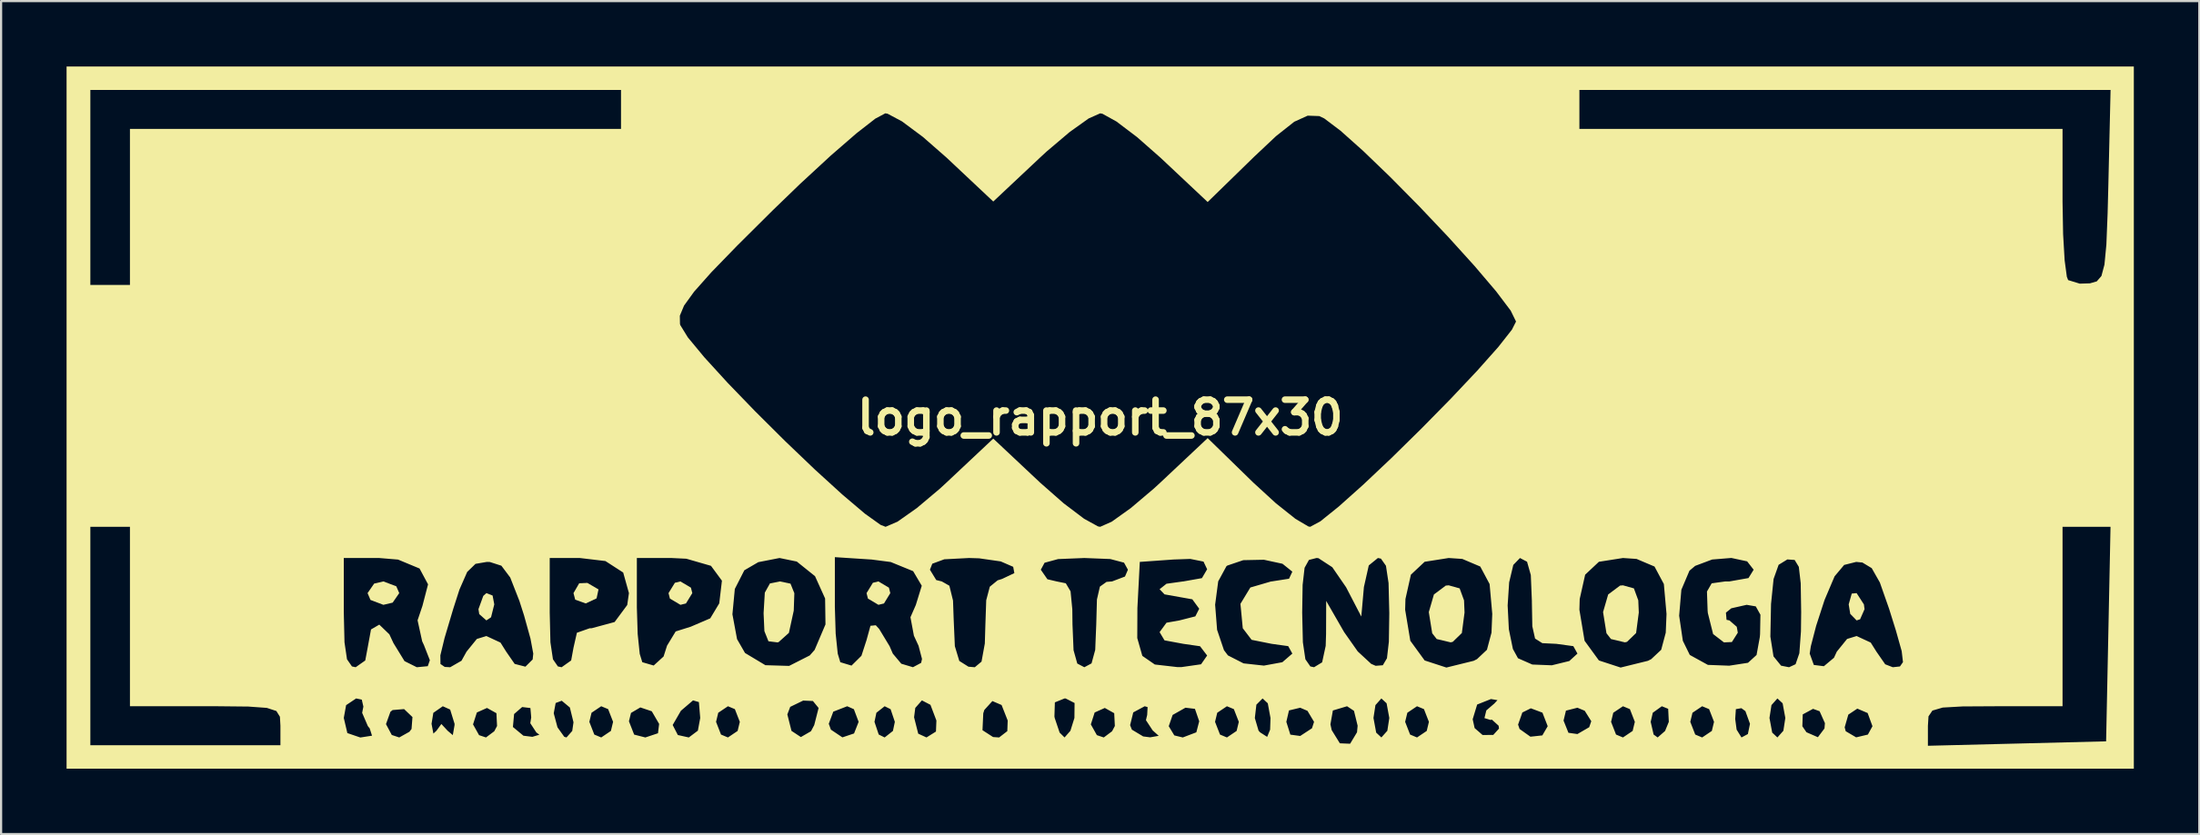
<source format=kicad_pcb>
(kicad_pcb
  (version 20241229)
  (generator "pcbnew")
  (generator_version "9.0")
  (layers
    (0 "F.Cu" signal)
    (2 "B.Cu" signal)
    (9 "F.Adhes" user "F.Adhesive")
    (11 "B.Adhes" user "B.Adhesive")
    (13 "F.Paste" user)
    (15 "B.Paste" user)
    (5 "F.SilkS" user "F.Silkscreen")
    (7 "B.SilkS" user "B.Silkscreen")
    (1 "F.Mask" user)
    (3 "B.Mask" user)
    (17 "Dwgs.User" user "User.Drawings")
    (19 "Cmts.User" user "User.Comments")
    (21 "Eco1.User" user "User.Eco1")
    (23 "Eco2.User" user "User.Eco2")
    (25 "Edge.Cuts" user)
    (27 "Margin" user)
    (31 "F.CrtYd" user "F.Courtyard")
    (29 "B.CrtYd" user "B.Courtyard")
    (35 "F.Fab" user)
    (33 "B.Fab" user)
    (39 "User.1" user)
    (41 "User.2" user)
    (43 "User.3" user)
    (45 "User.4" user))
  (footprint "logo_rapport_87x30"
    (layer "F.Cu")
    (at 47.353 16.099)
    (property "Reference" "logo_rapport_87x30" (at 0 0 0) (layer "F.SilkS") (effects (font (size 1.5 1.5) (thickness 0.3))))
    (attr board_only exclude_from_pos_files exclude_from_bom)
    (fp_poly (pts (xy -22.984 7.879) (xy -23.072 8.289) (xy -23.567 8.523) (xy -24.051 8.35) (xy -24.13 8.049) (xy -23.869 7.598) (xy -23.495 7.581)) (stroke (width 0) (type solid)) (fill yes) (layer "F.SilkS"))
    (fp_poly (pts (xy -32.248 7.736) (xy -32.113 8.049) (xy -32.415 8.486) (xy -32.839 8.586) (xy -33.43 8.362) (xy -33.564 8.049) (xy -33.262 7.612) (xy -32.839 7.513)) (stroke (width 0) (type solid)) (fill yes) (layer "F.SilkS"))
    (fp_poly (pts (xy -27.836 8.159) (xy -27.759 8.565) (xy -27.907 9.157) (xy -28.121 9.301) (xy -28.447 9.013) (xy -28.484 8.786) (xy -28.263 8.177) (xy -28.121 8.049)) (stroke (width 0) (type solid)) (fill yes) (layer "F.SilkS"))
    (fp_poly (pts (xy -18.75 7.799) (xy -18.687 8.049) (xy -18.978 8.524) (xy -19.231 8.586) (xy -19.712 8.3) (xy -19.776 8.049) (xy -19.485 7.575) (xy -19.231 7.513)) (stroke (width 0) (type solid)) (fill yes) (layer "F.SilkS"))
    (fp_poly (pts (xy -9.679 7.799) (xy -9.616 8.049) (xy -9.906 8.524) (xy -10.16 8.586) (xy -10.641 8.3) (xy -10.704 8.049) (xy -10.414 7.575) (xy -10.16 7.513)) (stroke (width 0) (type solid)) (fill yes) (layer "F.SilkS"))
    (fp_poly (pts (xy 34.987 8.567) (xy 35.016 8.786) (xy 34.813 9.248) (xy 34.653 9.301) (xy 34.361 9.001) (xy 34.29 8.565) (xy 34.43 8.07) (xy 34.653 8.049)) (stroke (width 0) (type solid)) (fill yes) (layer "F.SilkS"))
    (fp_poly (pts (xy -14.188 7.615) (xy -14.012 8.053) (xy -14.039 8.851) (xy -14.261 9.871) (xy -14.735 10.297) (xy -14.786 10.308) (xy -15.198 10.258) (xy -15.384 9.794) (xy -15.421 8.97) (xy -15.365 8.026) (xy -15.13 7.604) (xy -14.674 7.513)) (stroke (width 0) (type solid)) (fill yes) (layer "F.SilkS"))
    (fp_poly (pts (xy 16.467 7.832) (xy 16.668 8.381) (xy 16.691 8.939) (xy 16.568 9.879) (xy 16.152 10.283) (xy 16.055 10.307) (xy 15.416 10.155) (xy 15.21 9.89) (xy 15.054 8.919) (xy 15.288 8.111) (xy 15.832 7.704) (xy 15.966 7.692)) (stroke (width 0) (type solid)) (fill yes) (layer "F.SilkS"))
    (fp_poly (pts (xy 24.45 7.832) (xy 24.651 8.381) (xy 24.674 8.939) (xy 24.551 9.879) (xy 24.135 10.283) (xy 24.038 10.307) (xy 23.399 10.155) (xy 23.193 9.89) (xy 23.037 8.919) (xy 23.271 8.111) (xy 23.815 7.704) (xy 23.949 7.692)) (stroke (width 0) (type solid)) (fill yes) (layer "F.SilkS"))
    (fp_poly (pts (xy 47.353 -0.000001) (xy 47.353 16.099) (xy 0 16.099) (xy -47.353 16.099) (xy -47.353 10.017) (xy -46.264 10.017) (xy -46.264 15.025) (xy -41.91 15.025) (xy -37.556 15.025) (xy -37.556 14.131) (xy -37.576 13.773) (xy -34.653 13.773) (xy -34.49 14.467) (xy -33.904 14.667) (xy -33.883 14.668) (xy -33.36 14.587) (xy -33.466 14.252) (xy -33.551 14.147) (xy -33.59 14.056) (xy -32.72 14.056) (xy -32.455 14.554) (xy -32.113 14.668) (xy -31.647 14.407) (xy -31.549 14.279) (xy -31.531 14.042) (xy -30.633 14.042) (xy -30.548 14.49) (xy -30.407 14.359) (xy -30.183 14.05) (xy -29.897 14.359) (xy -29.659 14.561) (xy -29.579 14.102) (xy -29.579 14.069) (xy -28.732 14.069) (xy -28.456 14.562) (xy -28.139 14.668) (xy -27.76 14.384) (xy -27.656 14.188) (xy -26.905 14.188) (xy -26.423 14.588) (xy -26.014 14.639) (xy -25.693 14.543) (xy -25.833 14.437) (xy -26.109 14.014) (xy -26.067 13.75) (xy -26.083 13.559) (xy -25.035 13.559) (xy -24.863 14.204) (xy -24.553 14.637) (xy -24.451 14.668) (xy -24.187 14.369) (xy -24.13 13.973) (xy -24.135 13.952) (xy -23.404 13.952) (xy -23.177 14.535) (xy -22.86 14.668) (xy -22.417 14.369) (xy -22.316 13.952) (xy -22.326 13.926) (xy -21.59 13.926) (xy -21.351 14.537) (xy -20.838 14.668) (xy -20.259 14.475) (xy -20.213 14.097) (xy -19.586 14.097) (xy -19.35 14.556) (xy -18.847 14.668) (xy -18.432 14.356) (xy -18.357 13.952) (xy -17.599 13.952) (xy -17.372 14.535) (xy -17.054 14.668) (xy -16.611 14.369) (xy -16.51 13.952) (xy -16.643 13.611) (xy -14.333 13.611) (xy -14.143 14.366) (xy -13.713 14.65) (xy -13.25 14.382) (xy -13.102 14.102) (xy -13.086 14.041) (xy -12.435 14.041) (xy -12.337 14.31) (xy -11.811 14.664) (xy -11.277 14.485) (xy -11.067 13.952) (xy -10.341 13.952) (xy -10.147 14.533) (xy -9.875 14.668) (xy -9.496 14.369) (xy -9.408 13.952) (xy -9.478 13.743) (xy -8.527 13.743) (xy -8.337 14.494) (xy -7.958 14.668) (xy -7.525 14.397) (xy -7.522 14.335) (xy -5.393 14.335) (xy -4.908 14.649) (xy -4.631 14.668) (xy -4.256 14.378) (xy -4.238 13.891) (xy -4.312 13.703) (xy -2.097 13.703) (xy -2.085 13.773) (xy -1.859 14.445) (xy -1.633 14.668) (xy -1.365 14.362) (xy -1.273 14.069) (xy -0.429 14.069) (xy -0.153 14.562) (xy 0.164 14.668) (xy 0.543 14.384) (xy 0.671 14.142) (xy 0.669 14.104) (xy 1.37 14.104) (xy 1.451 14.31) (xy 1.969 14.621) (xy 2.289 14.662) (xy 2.68 14.593) (xy 2.403 14.344) (xy 2.277 14.152) (xy 3.14 14.152) (xy 3.395 14.574) (xy 3.783 14.668) (xy 4.404 14.432) (xy 4.529 13.952) (xy 5.261 13.952) (xy 5.488 14.535) (xy 5.806 14.668) (xy 6.249 14.369) (xy 6.35 13.952) (xy 6.282 13.777) (xy 7.084 13.777) (xy 7.253 14.352) (xy 7.318 14.429) (xy 7.649 14.641) (xy 7.784 14.311) (xy 7.796 13.952) (xy 8.527 13.952) (xy 8.711 14.539) (xy 9.162 14.6) (xy 9.702 14.247) (xy 9.76 14.066) (xy 10.547 14.066) (xy 10.605 14.331) (xy 10.979 14.936) (xy 11.449 14.956) (xy 11.765 14.431) (xy 11.793 14.131) (xy 11.706 13.773) (xy 12.519 13.773) (xy 12.643 14.446) (xy 12.881 14.668) (xy 13.154 14.361) (xy 13.217 13.952) (xy 13.97 13.952) (xy 14.197 14.535) (xy 14.514 14.668) (xy 14.958 14.369) (xy 15.059 13.952) (xy 15.012 13.833) (xy 17.064 13.833) (xy 17.153 14.238) (xy 17.517 14.555) (xy 18.007 14.552) (xy 18.269 14.262) (xy 18.253 14.131) (xy 18.195 14.078) (xy 19.144 14.078) (xy 19.212 14.279) (xy 19.71 14.633) (xy 20.255 14.574) (xy 20.501 14.152) (xy 20.401 13.894) (xy 21.227 13.894) (xy 21.451 14.454) (xy 21.862 14.512) (xy 22.402 14.198) (xy 22.487 13.952) (xy 23.404 13.952) (xy 23.631 14.535) (xy 23.949 14.668) (xy 24.392 14.369) (xy 24.493 13.952) (xy 25.219 13.952) (xy 25.353 14.534) (xy 25.539 14.668) (xy 25.878 14.37) (xy 26.049 13.952) (xy 27.033 13.952) (xy 27.26 14.535) (xy 27.577 14.668) (xy 28.02 14.369) (xy 28.121 13.952) (xy 28.071 13.822) (xy 29.091 13.822) (xy 29.156 14.31) (xy 29.379 14.668) (xy 29.671 14.512) (xy 29.768 14.042) (xy 29.671 13.773) (xy 30.661 13.773) (xy 30.786 14.446) (xy 31.024 14.668) (xy 31.297 14.361) (xy 31.329 14.155) (xy 32.167 14.155) (xy 32.355 14.429) (xy 32.879 14.657) (xy 33.18 14.256) (xy 33.185 14.203) (xy 34.106 14.203) (xy 34.154 14.382) (xy 34.632 14.663) (xy 35.169 14.536) (xy 35.379 14.152) (xy 35.374 14.139) (xy 37.919 14.139) (xy 37.919 14.143) (xy 37.919 15.049) (xy 42.001 14.948) (xy 46.083 14.846) (xy 46.184 9.927) (xy 46.285 5.008) (xy 45.186 5.008) (xy 44.087 5.008) (xy 44.087 9.123) (xy 44.087 13.237) (xy 41.003 13.237) (xy 39.509 13.245) (xy 38.598 13.297) (xy 38.125 13.435) (xy 37.946 13.701) (xy 37.919 14.139) (xy 35.374 14.139) (xy 35.158 13.548) (xy 34.685 13.346) (xy 34.273 13.621) (xy 34.106 14.203) (xy 33.185 14.203) (xy 33.201 14.012) (xy 32.957 13.465) (xy 32.657 13.356) (xy 32.185 13.611) (xy 32.167 14.155) (xy 31.329 14.155) (xy 31.387 13.773) (xy 31.263 13.101) (xy 31.024 12.879) (xy 30.752 13.185) (xy 30.661 13.773) (xy 29.671 13.773) (xy 29.558 13.461) (xy 29.375 13.326) (xy 29.121 13.37) (xy 29.091 13.822) (xy 28.071 13.822) (xy 27.895 13.369) (xy 27.577 13.237) (xy 27.134 13.535) (xy 27.033 13.952) (xy 26.049 13.952) (xy 26.02 13.354) (xy 25.729 13.237) (xy 25.315 13.535) (xy 25.219 13.952) (xy 24.493 13.952) (xy 24.266 13.369) (xy 23.949 13.237) (xy 23.505 13.535) (xy 23.404 13.952) (xy 22.487 13.952) (xy 22.497 13.923) (xy 22.196 13.443) (xy 21.862 13.305) (xy 21.337 13.438) (xy 21.227 13.894) (xy 20.401 13.894) (xy 20.26 13.531) (xy 19.728 13.331) (xy 19.34 13.523) (xy 19.144 14.078) (xy 18.195 14.078) (xy 17.946 13.852) (xy 17.871 13.863) (xy 17.603 13.78) (xy 17.689 13.428) (xy 18.052 13.116) (xy 18.2 12.957) (xy 17.901 12.907) (xy 17.269 13.158) (xy 17.064 13.833) (xy 15.012 13.833) (xy 14.832 13.369) (xy 14.514 13.237) (xy 14.071 13.535) (xy 13.97 13.952) (xy 13.217 13.952) (xy 13.244 13.773) (xy 13.12 13.101) (xy 12.881 12.879) (xy 12.609 13.185) (xy 12.519 13.773) (xy 11.706 13.773) (xy 11.626 13.447) (xy 11.309 13.237) (xy 10.659 13.431) (xy 10.547 14.066) (xy 9.76 14.066) (xy 9.797 13.952) (xy 9.495 13.447) (xy 9.162 13.305) (xy 8.648 13.429) (xy 8.527 13.952) (xy 7.796 13.952) (xy 7.801 13.773) (xy 7.677 13.101) (xy 7.439 12.879) (xy 7.155 13.164) (xy 7.084 13.777) (xy 6.282 13.777) (xy 6.123 13.369) (xy 5.806 13.237) (xy 5.362 13.535) (xy 5.261 13.952) (xy 4.529 13.952) (xy 4.536 13.926) (xy 4.34 13.356) (xy 3.905 13.304) (xy 3.318 13.636) (xy 3.14 14.152) (xy 2.277 14.152) (xy 2.095 13.875) (xy 2.152 13.634) (xy 2.171 13.276) (xy 2.039 13.237) (xy 1.514 13.519) (xy 1.37 14.104) (xy 0.669 14.104) (xy 0.642 13.556) (xy 0.211 13.315) (xy -0.254 13.523) (xy -0.429 14.069) (xy -1.273 14.069) (xy -1.181 13.773) (xy -1.174 13.088) (xy -1.584 12.88) (xy -1.633 12.879) (xy -2.077 13.059) (xy -2.097 13.703) (xy -4.312 13.703) (xy -4.518 13.18) (xy -4.939 12.999) (xy -5.308 13.406) (xy -5.357 13.559) (xy -5.393 14.335) (xy -7.522 14.335) (xy -7.504 13.891) (xy -7.777 13.171) (xy -8.168 12.968) (xy -8.472 13.313) (xy -8.527 13.743) (xy -9.478 13.743) (xy -9.603 13.372) (xy -9.875 13.237) (xy -10.253 13.535) (xy -10.341 13.952) (xy -11.067 13.952) (xy -11.285 13.372) (xy -11.59 13.237) (xy -12.228 13.485) (xy -12.435 14.041) (xy -13.086 14.041) (xy -12.901 13.316) (xy -13.162 12.996) (xy -13.607 12.977) (xy -14.201 13.265) (xy -14.333 13.611) (xy -16.643 13.611) (xy -16.737 13.369) (xy -17.054 13.237) (xy -17.498 13.535) (xy -17.599 13.952) (xy -18.357 13.952) (xy -18.324 13.773) (xy -18.385 13.046) (xy -18.653 12.968) (xy -19.209 13.444) (xy -19.586 14.097) (xy -20.213 14.097) (xy -20.207 14.046) (xy -20.544 13.467) (xy -21.067 13.291) (xy -21.495 13.543) (xy -21.59 13.926) (xy -22.326 13.926) (xy -22.543 13.369) (xy -22.86 13.237) (xy -23.303 13.535) (xy -23.404 13.952) (xy -24.135 13.952) (xy -24.296 13.295) (xy -24.668 12.984) (xy -24.947 13.088) (xy -25.035 13.559) (xy -26.083 13.559) (xy -26.104 13.319) (xy -26.482 13.273) (xy -26.851 13.594) (xy -26.905 14.188) (xy -27.656 14.188) (xy -27.632 14.142) (xy -27.66 13.556) (xy -28.092 13.315) (xy -28.557 13.523) (xy -28.732 14.069) (xy -29.579 14.069) (xy -29.578 14.042) (xy -29.78 13.389) (xy -30.117 13.237) (xy -30.551 13.539) (xy -30.633 14.042) (xy -31.531 14.042) (xy -31.507 13.733) (xy -31.891 13.367) (xy -32.417 13.411) (xy -32.517 13.492) (xy -32.72 14.056) (xy -33.59 14.056) (xy -33.812 13.539) (xy -33.756 13.252) (xy -33.829 12.933) (xy -34.087 12.879) (xy -34.547 13.187) (xy -34.653 13.773) (xy -37.576 13.773) (xy -37.58 13.717) (xy -37.742 13.455) (xy -38.179 13.312) (xy -39.026 13.251) (xy -40.42 13.237) (xy -41.003 13.237) (xy -44.45 13.237) (xy -44.45 9.123) (xy -44.45 8.944) (xy -34.653 8.944) (xy -34.621 10.304) (xy -34.506 11.083) (xy -34.279 11.411) (xy -34.109 11.448) (xy -33.67 11.138) (xy -33.564 10.575) (xy -33.406 9.715) (xy -33.027 9.494) (xy -32.565 9.939) (xy -32.377 10.342) (xy -31.871 11.167) (xy -31.308 11.448) (xy -30.806 11.4) (xy -30.71 11.126) (xy -30.797 10.904) (xy -30.229 10.904) (xy -30.224 11.3) (xy -30.028 11.434) (xy -29.779 11.448) (xy -29.261 11.15) (xy -29.029 10.732) (xy -28.558 10.151) (xy -28.121 10.017) (xy -27.475 10.317) (xy -27.214 10.732) (xy -26.825 11.295) (xy -26.332 11.422) (xy -26.001 11.092) (xy -25.973 10.822) (xy -26.101 10.133) (xy -26.396 9.069) (xy -26.436 8.944) (xy -25.219 8.944) (xy -25.187 10.304) (xy -25.071 11.083) (xy -24.845 11.411) (xy -24.674 11.448) (xy -24.237 11.137) (xy -24.13 10.554) (xy -23.974 9.867) (xy -23.389 9.661) (xy -23.295 9.659) (xy -22.246 9.375) (xy -21.75 8.705) (xy -21.227 8.705) (xy -21.19 9.921) (xy -21.095 10.835) (xy -20.978 11.217) (xy -20.456 11.369) (xy -20.003 10.955) (xy -19.844 10.458) (xy -19.448 9.806) (xy -18.762 9.591) (xy -17.865 9.206) (xy -17.753 9.02) (xy -16.849 9.02) (xy -16.637 10.159) (xy -16.272 10.794) (xy -15.339 11.354) (xy -14.252 11.387) (xy -13.305 10.906) (xy -13.083 10.653) (xy -12.586 9.484) (xy -12.597 8.686) (xy -12.156 8.686) (xy -12.119 9.907) (xy -12.024 10.826) (xy -11.906 11.217) (xy -11.393 11.373) (xy -10.939 10.923) (xy -10.704 10.2) (xy -10.525 9.547) (xy -10.281 9.523) (xy -10.126 9.693) (xy -9.647 10.485) (xy -9.502 10.822) (xy -9.112 11.287) (xy -8.578 11.447) (xy -8.203 11.247) (xy -8.164 11.067) (xy -8.323 10.461) (xy -8.535 10.002) (xy -8.693 9.155) (xy -8.447 8.593) (xy -8.175 7.711) (xy -8.57 7.042) (xy -8.732 6.976) (xy -7.801 6.976) (xy -7.511 7.45) (xy -7.257 7.513) (xy -6.91 7.71) (xy -6.743 8.389) (xy -6.713 9.242) (xy -6.659 10.482) (xy -6.455 11.159) (xy -6.034 11.424) (xy -5.745 11.448) (xy -5.437 11.19) (xy -5.286 10.36) (xy -5.261 9.522) (xy -5.222 8.377) (xy -5.058 7.755) (xy -4.7 7.463) (xy -4.499 7.4) (xy -3.933 7.132) (xy -3.962 6.976) (xy -2.721 6.976) (xy -2.419 7.413) (xy -1.996 7.513) (xy -1.576 7.598) (xy -1.358 7.967) (xy -1.278 8.79) (xy -1.27 9.48) (xy -1.221 10.667) (xy -1.05 11.278) (xy -0.726 11.448) (xy -0.397 11.271) (xy -0.228 10.651) (xy -0.207 10.11) (xy 1.698 10.11) (xy 1.93 10.927) (xy 2.503 11.323) (xy 3.525 11.44) (xy 3.719 11.442) (xy 4.62 11.313) (xy 4.899 10.911) (xy 4.574 10.485) (xy 3.81 10.375) (xy 2.946 10.215) (xy 2.721 9.838) (xy 3.037 9.406) (xy 3.629 9.301) (xy 4.358 9.115) (xy 4.536 8.765) (xy 4.401 8.581) (xy 5.265 8.581) (xy 5.355 9.732) (xy 5.67 10.665) (xy 5.851 10.905) (xy 6.567 11.271) (xy 7.499 11.373) (xy 8.344 11.218) (xy 8.802 10.822) (xy 8.613 10.48) (xy 7.856 10.375) (xy 6.936 10.191) (xy 6.531 9.659) (xy 6.463 8.944) (xy 9.253 8.944) (xy 9.285 10.304) (xy 9.4 11.083) (xy 9.627 11.411) (xy 9.797 11.448) (xy 10.167 11.223) (xy 10.33 10.468) (xy 10.347 9.927) (xy 10.353 8.407) (xy 11.174 9.835) (xy 11.799 10.724) (xy 12.414 11.293) (xy 12.619 11.382) (xy 12.947 11.357) (xy 13.137 11.036) (xy 13.224 10.277) (xy 13.244 8.97) (xy 13.24 8.811) (xy 13.97 8.811) (xy 14.207 10.234) (xy 14.864 11.137) (xy 15.859 11.462) (xy 17.108 11.154) (xy 17.26 11.078) (xy 17.717 10.648) (xy 17.926 9.863) (xy 17.961 9.003) (xy 17.927 8.613) (xy 18.666 8.613) (xy 18.721 9.706) (xy 18.906 10.609) (xy 19.139 11.035) (xy 19.796 11.324) (xy 20.689 11.359) (xy 21.491 11.163) (xy 21.864 10.822) (xy 21.675 10.481) (xy 20.895 10.375) (xy 20.255 10.344) (xy 19.922 10.134) (xy 19.796 9.569) (xy 19.782 8.811) (xy 21.953 8.811) (xy 22.19 10.234) (xy 22.847 11.137) (xy 23.842 11.462) (xy 25.091 11.154) (xy 25.242 11.078) (xy 25.7 10.648) (xy 25.909 9.863) (xy 25.941 9.085) (xy 26.523 9.085) (xy 26.692 10.236) (xy 27.01 10.884) (xy 27.839 11.34) (xy 28.816 11.377) (xy 29.677 11.244) (xy 30.069 10.886) (xy 30.217 10.073) (xy 30.22 10.043) (xy 30.702 10.043) (xy 30.845 10.949) (xy 31.192 11.376) (xy 31.557 11.448) (xy 31.856 11.31) (xy 32.024 10.822) (xy 32.504 10.822) (xy 32.693 11.343) (xy 33.153 11.401) (xy 33.616 11.013) (xy 33.746 10.732) (xy 34.216 10.151) (xy 34.653 10.017) (xy 35.299 10.317) (xy 35.56 10.732) (xy 35.963 11.313) (xy 36.31 11.448) (xy 36.638 11.412) (xy 36.777 11.213) (xy 36.718 10.709) (xy 36.452 9.762) (xy 36.14 8.765) (xy 35.717 7.56) (xy 35.345 6.904) (xy 34.918 6.646) (xy 34.634 6.618) (xy 34.082 6.757) (xy 33.645 7.277) (xy 33.196 8.335) (xy 33.17 8.407) (xy 32.799 9.548) (xy 32.555 10.487) (xy 32.504 10.822) (xy 32.024 10.822) (xy 32.029 10.808) (xy 32.103 9.805) (xy 32.113 8.917) (xy 32.092 7.594) (xy 32.005 6.844) (xy 31.814 6.528) (xy 31.483 6.505) (xy 31.478 6.506) (xy 31.08 6.751) (xy 30.849 7.402) (xy 30.732 8.547) (xy 30.702 10.043) (xy 30.22 10.043) (xy 30.23 9.927) (xy 30.246 9.039) (xy 30.033 8.657) (xy 29.616 8.586) (xy 28.912 8.745) (xy 28.666 8.944) (xy 28.694 9.273) (xy 28.826 9.301) (xy 29.162 9.593) (xy 29.21 9.864) (xy 28.939 10.292) (xy 28.575 10.308) (xy 28.079 9.927) (xy 27.837 8.96) (xy 27.827 8.851) (xy 27.797 7.976) (xy 28.013 7.6) (xy 28.63 7.514) (xy 28.825 7.513) (xy 29.699 7.359) (xy 29.936 6.976) (xy 29.637 6.592) (xy 28.915 6.437) (xy 28.034 6.508) (xy 27.257 6.8) (xy 26.995 7.021) (xy 26.624 7.896) (xy 26.523 9.085) (xy 25.941 9.085) (xy 25.944 9.003) (xy 25.822 7.632) (xy 25.394 6.83) (xy 24.57 6.481) (xy 23.949 6.439) (xy 22.847 6.612) (xy 22.217 7.203) (xy 21.967 8.319) (xy 21.953 8.811) (xy 19.782 8.811) (xy 19.776 8.472) (xy 19.776 8.407) (xy 19.727 7.22) (xy 19.555 6.61) (xy 19.231 6.439) (xy 18.925 6.756) (xy 18.735 7.555) (xy 18.666 8.613) (xy 17.927 8.613) (xy 17.839 7.632) (xy 17.411 6.83) (xy 16.588 6.481) (xy 15.966 6.439) (xy 14.864 6.612) (xy 14.234 7.203) (xy 13.984 8.319) (xy 13.97 8.811) (xy 13.24 8.811) (xy 13.21 7.588) (xy 13.091 6.795) (xy 12.861 6.468) (xy 12.722 6.439) (xy 12.304 6.779) (xy 12.081 7.77) (xy 12.08 7.781) (xy 11.961 9.123) (xy 11.265 7.781) (xy 10.632 6.861) (xy 10 6.448) (xy 9.911 6.439) (xy 9.563 6.527) (xy 9.363 6.888) (xy 9.273 7.673) (xy 9.253 8.944) (xy 6.463 8.944) (xy 6.424 8.541) (xy 6.878 7.792) (xy 7.832 7.513) (xy 7.856 7.513) (xy 8.651 7.389) (xy 8.802 7.065) (xy 8.351 6.703) (xy 7.499 6.519) (xy 6.554 6.538) (xy 5.823 6.786) (xy 5.782 6.817) (xy 5.406 7.51) (xy 5.265 8.581) (xy 4.401 8.581) (xy 4.22 8.333) (xy 3.629 8.228) (xy 2.947 8.106) (xy 2.721 7.87) (xy 3.037 7.619) (xy 3.796 7.513) (xy 3.81 7.513) (xy 4.66 7.362) (xy 4.899 6.955) (xy 4.732 6.603) (xy 4.127 6.481) (xy 3.356 6.508) (xy 1.814 6.618) (xy 1.704 8.732) (xy 1.698 10.11) (xy -0.207 10.11) (xy -0.181 9.48) (xy -0.15 8.343) (xy -0.014 7.751) (xy 0.29 7.534) (xy 0.544 7.513) (xy 1.135 7.289) (xy 1.27 6.976) (xy 1.091 6.652) (xy 0.462 6.486) (xy -0.726 6.439) (xy -1.929 6.488) (xy -2.549 6.657) (xy -2.721 6.976) (xy -3.962 6.976) (xy -3.986 6.843) (xy -4.558 6.595) (xy -5.549 6.453) (xy -6.009 6.439) (xy -7.142 6.498) (xy -7.692 6.701) (xy -7.801 6.976) (xy -8.732 6.976) (xy -9.596 6.623) (xy -10.469 6.509) (xy -12.156 6.4) (xy -12.156 8.686) (xy -12.597 8.686) (xy -12.603 8.295) (xy -13.065 7.272) (xy -13.901 6.601) (xy -14.69 6.439) (xy -15.662 6.629) (xy -16.303 7.002) (xy -16.739 7.857) (xy -16.849 9.02) (xy -17.753 9.02) (xy -17.452 8.518) (xy -17.33 7.479) (xy -17.831 6.798) (xy -18.96 6.472) (xy -19.639 6.439) (xy -21.227 6.439) (xy -21.227 8.705) (xy -21.75 8.705) (xy -21.668 8.594) (xy -21.59 8.049) (xy -21.853 7.105) (xy -22.668 6.578) (xy -23.84 6.439) (xy -25.219 6.439) (xy -25.219 8.944) (xy -26.436 8.944) (xy -26.608 8.407) (xy -27.029 7.332) (xy -27.434 6.792) (xy -27.961 6.622) (xy -28.1 6.618) (xy -28.619 6.707) (xy -29 7.078) (xy -29.354 7.885) (xy -29.637 8.765) (xy -30.036 10.106) (xy -30.229 10.904) (xy -30.797 10.904) (xy -30.98 10.436) (xy -31.062 10.258) (xy -31.273 9.296) (xy -31.049 8.631) (xy -30.793 7.646) (xy -31.182 6.921) (xy -32.167 6.511) (xy -33.033 6.439) (xy -34.653 6.439) (xy -34.653 8.944) (xy -44.45 8.944) (xy -44.45 5.008) (xy -45.357 5.008) (xy -46.264 5.008) (xy -46.264 10.017) (xy -47.353 10.017) (xy -47.353 -0.000001) (xy -47.353 -4.672) (xy -19.258 -4.672) (xy -19.252 -4.298) (xy -19.237 -4.241) (xy -18.892 -3.679) (xy -18.134 -2.763) (xy -17.068 -1.595) (xy -15.798 -0.279) (xy -14.429 1.083) (xy -13.066 2.387) (xy -11.813 3.529) (xy -10.777 4.408) (xy -10.061 4.92) (xy -9.831 5.008) (xy -9.286 4.773) (xy -8.4 4.148) (xy -7.341 3.256) (xy -7.049 2.986) (xy -4.899 0.964) (xy -2.748 2.986) (xy -1.676 3.929) (xy -0.739 4.638) (xy -0.1 4.99) (xy 0 5.008) (xy 0.528 4.774) (xy 1.401 4.15) (xy 2.454 3.257) (xy 2.761 2.975) (xy 4.923 0.941) (xy 7.008 2.975) (xy 8.046 3.927) (xy 8.942 4.641) (xy 9.536 4.992) (xy 9.621 5.008) (xy 10.083 4.76) (xy 10.926 4.081) (xy 12.049 3.077) (xy 13.347 1.85) (xy 14.717 0.502) (xy 16.057 -0.862) (xy 17.263 -2.141) (xy 18.232 -3.231) (xy 18.86 -4.029) (xy 19.05 -4.405) (xy 18.804 -4.907) (xy 18.135 -5.793) (xy 17.146 -6.956) (xy 15.94 -8.289) (xy 14.62 -9.683) (xy 13.289 -11.031) (xy 12.051 -12.224) (xy 11.008 -13.156) (xy 10.264 -13.718) (xy 10.037 -13.826) (xy 9.505 -13.845) (xy 8.889 -13.566) (xy 8.054 -12.905) (xy 7.056 -11.965) (xy 4.923 -9.885) (xy 2.761 -11.918) (xy 1.686 -12.864) (xy 0.746 -13.576) (xy 0.104 -13.932) (xy 0 -13.952) (xy -0.529 -13.717) (xy -1.401 -13.094) (xy -2.453 -12.202) (xy -2.748 -11.93) (xy -4.899 -9.908) (xy -7.049 -11.93) (xy -8.128 -12.874) (xy -9.081 -13.583) (xy -9.74 -13.934) (xy -9.845 -13.952) (xy -10.302 -13.709) (xy -11.168 -13.034) (xy -12.346 -12.012) (xy -13.741 -10.723) (xy -14.988 -9.518) (xy -16.632 -7.883) (xy -17.816 -6.662) (xy -18.605 -5.773) (xy -19.064 -5.137) (xy -19.258 -4.672) (xy -47.353 -4.672) (xy -47.353 -10.554) (xy -46.264 -10.554) (xy -46.264 -6.082) (xy -45.357 -6.082) (xy -44.45 -6.082) (xy -44.45 -9.659) (xy -44.45 -13.237) (xy -33.201 -13.237) (xy -21.953 -13.237) (xy -21.953 -14.131) (xy 21.953 -14.131) (xy 21.953 -13.237) (xy 33.02 -13.237) (xy 44.087 -13.237) (xy 44.087 -9.898) (xy 44.113 -8.414) (xy 44.183 -7.211) (xy 44.284 -6.459) (xy 44.344 -6.305) (xy 44.877 -6.142) (xy 45.342 -6.156) (xy 45.654 -6.246) (xy 45.868 -6.492) (xy 46.007 -7.014) (xy 46.095 -7.932) (xy 46.152 -9.367) (xy 46.185 -10.643) (xy 46.287 -15.025) (xy 34.12 -15.025) (xy 21.953 -15.025) (xy 21.953 -14.131) (xy -21.953 -14.131) (xy -21.953 -15.025) (xy -34.109 -15.025) (xy -46.264 -15.025) (xy -46.264 -10.554) (xy -47.353 -10.554) (xy -47.353 -16.099) (xy 0 -16.099) (xy 47.353 -16.099)) (stroke (width 0) (type solid)) (fill yes) (layer "F.SilkS")))
  (gr_rect
    (start -3 -3)
    (end 97.706 35.197)
    (stroke (width 0.1) (type default))
    (fill no)
    (layer "Edge.Cuts")))
</source>
